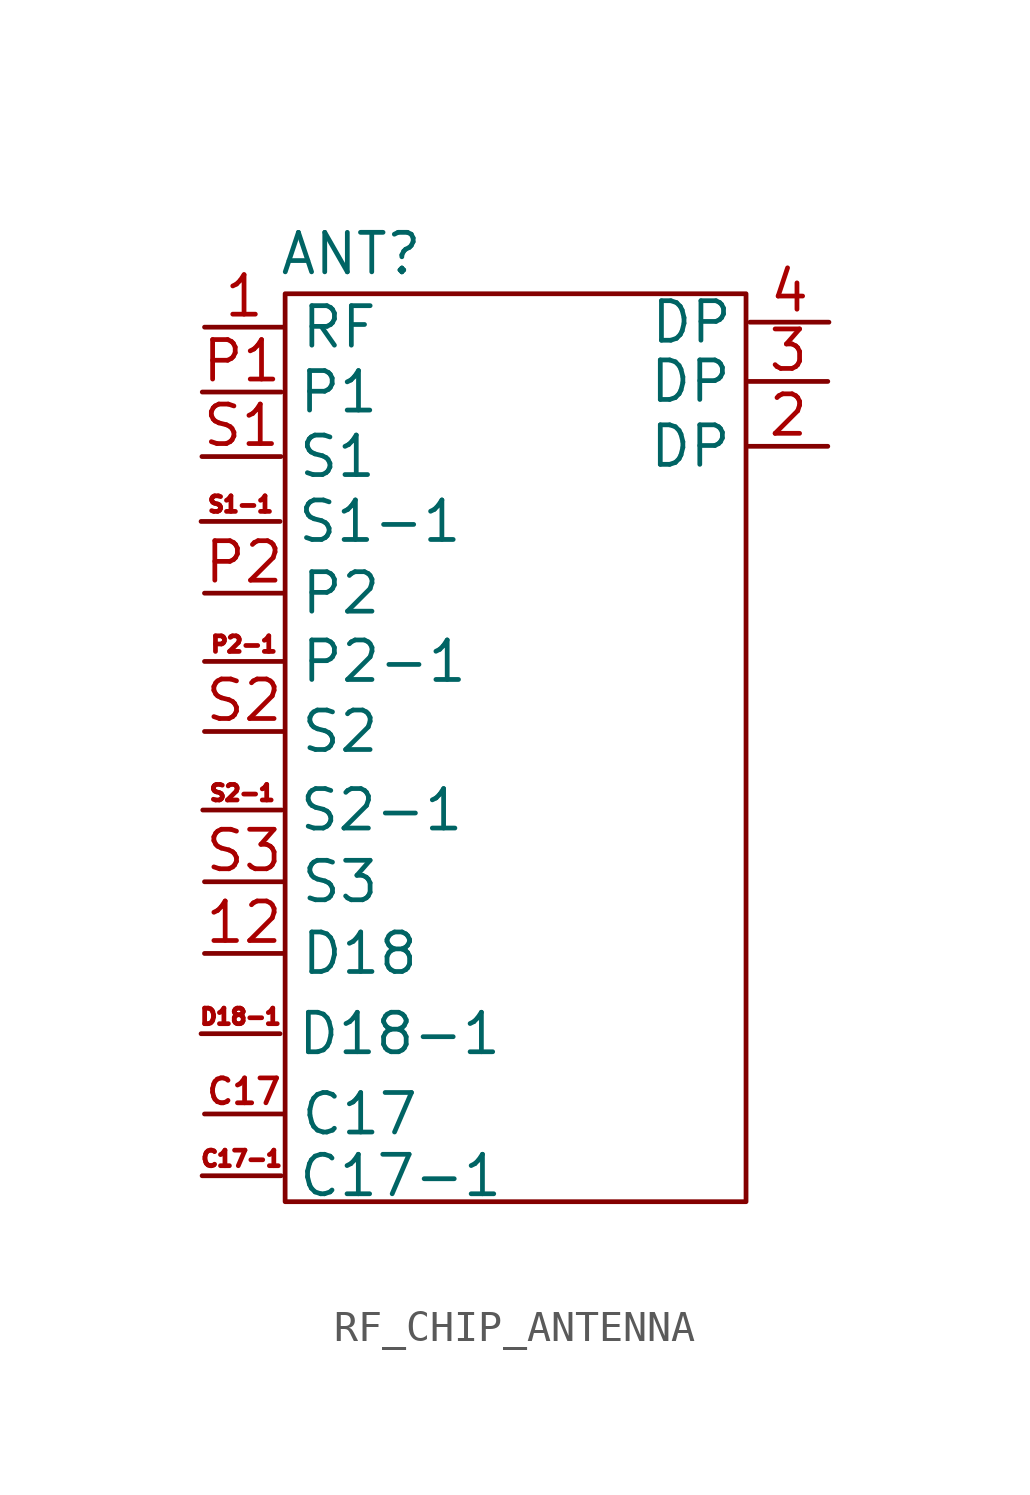
<source format=kicad_sym>
(kicad_symbol_lib
  (version 20220914)
  (generator kicad_symbol_editor)
  (symbol "RF_CHIP_ANTENNA"
    (property "Reference" "ANT"
      (at 0 0 0)
      (effects (font (size 1.27 1.27))))
    (property "Value" ""
      (at 0 0 0)
      (effects (font (size 1.27 1.27))))
    (symbol "RF_CHIP_ANTENNA_0_0"
      (text "" (at -0.721 -4.042 0) (effects (font (size 1.27 1.27)))))
    (symbol "RF_CHIP_ANTENNA_0_1"
      (rectangle (start -2.121 -1.284) (end 12.7 -30.48) (stroke (width 0) (type default)) (fill (type none))))
    (symbol "RF_CHIP_ANTENNA_1_1"
      (pin input line (at -4.712 -2.358 0) (length 2.54) (name "RF" (effects (font (size 1.27 1.27)))) (number "1" (effects (font (size 1.27 1.27)))))
      (pin input line (at -4.714 -22.498 0) (length 2.54) (name "D18" (effects (font (size 1.27 1.27)))) (number "12" (effects (font (size 1.27 1.27)))))
      (pin input line (at 15.329 -6.19 180) (length 2.54) (name "DP" (effects (font (size 1.27 1.27)))) (number "2" (effects (font (size 1.27 1.27)))))
      (pin input line (at 15.329 -4.103 180) (length 2.54) (name "DP" (effects (font (size 1.27 1.27)))) (number "3" (effects (font (size 1.27 1.27)))))
      (pin input line (at 15.366 -2.199 180) (length 2.54) (name "DP" (effects (font (size 1.27 1.27)))) (number "4" (effects (font (size 1.27 1.27)))))
      (pin input line (at -4.714 -27.66 0) (length 2.54) (name "C17" (effects (font (size 1.27 1.27)))) (number "C17" (effects (font (size 0.8 0.8)))))
      (pin input line (at -4.79 -29.646 0) (length 2.54) (name "C17-1" (effects (font (size 1.27 1.27)))) (number "C17-1" (effects (font (size 0.5 0.5)))))
      (pin input line (at -4.824 -25.079 0) (length 2.54) (name "D18-1" (effects (font (size 1.27 1.27)))) (number "D18-1" (effects (font (size 0.5 0.5)))))
      (pin input line (at -4.785 -4.445 0) (length 2.54) (name "P1" (effects (font (size 1.27 1.27)))) (number "P1" (effects (font (size 1.27 1.27)))))
      (pin input line (at -4.714 -10.912 0) (length 2.54) (name "P2" (effects (font (size 1.27 1.27)))) (number "P2" (effects (font (size 1.27 1.27)))))
      (pin input line (at -4.714 -13.108 0) (length 2.54) (name "P2-1" (effects (font (size 1.27 1.27)))) (number "P2-1" (effects (font (size 0.5 0.5)))))
      (pin input line (at -4.796 -6.519 0) (length 2.54) (name "S1" (effects (font (size 1.27 1.27)))) (number "S1" (effects (font (size 1.27 1.27)))))
      (pin input line (at -4.824 -8.606 0) (length 2.54) (name "S1-1" (effects (font (size 1.27 1.27)))) (number "S1-1" (effects (font (size 0.5 0.5)))))
      (pin input line (at -4.714 -15.36 0) (length 2.54) (name "S2" (effects (font (size 1.27 1.27)))) (number "S2" (effects (font (size 1.27 1.27)))))
      (pin input line (at -4.769 -17.886 0) (length 2.54) (name "S2-1" (effects (font (size 1.27 1.27)))) (number "S2-1" (effects (font (size 0.5 0.5)))))
      (pin input line (at -4.714 -20.192 0) (length 2.54) (name "S3" (effects (font (size 1.27 1.27)))) (number "S3" (effects (font (size 1.27 1.27))))))))
</source>
